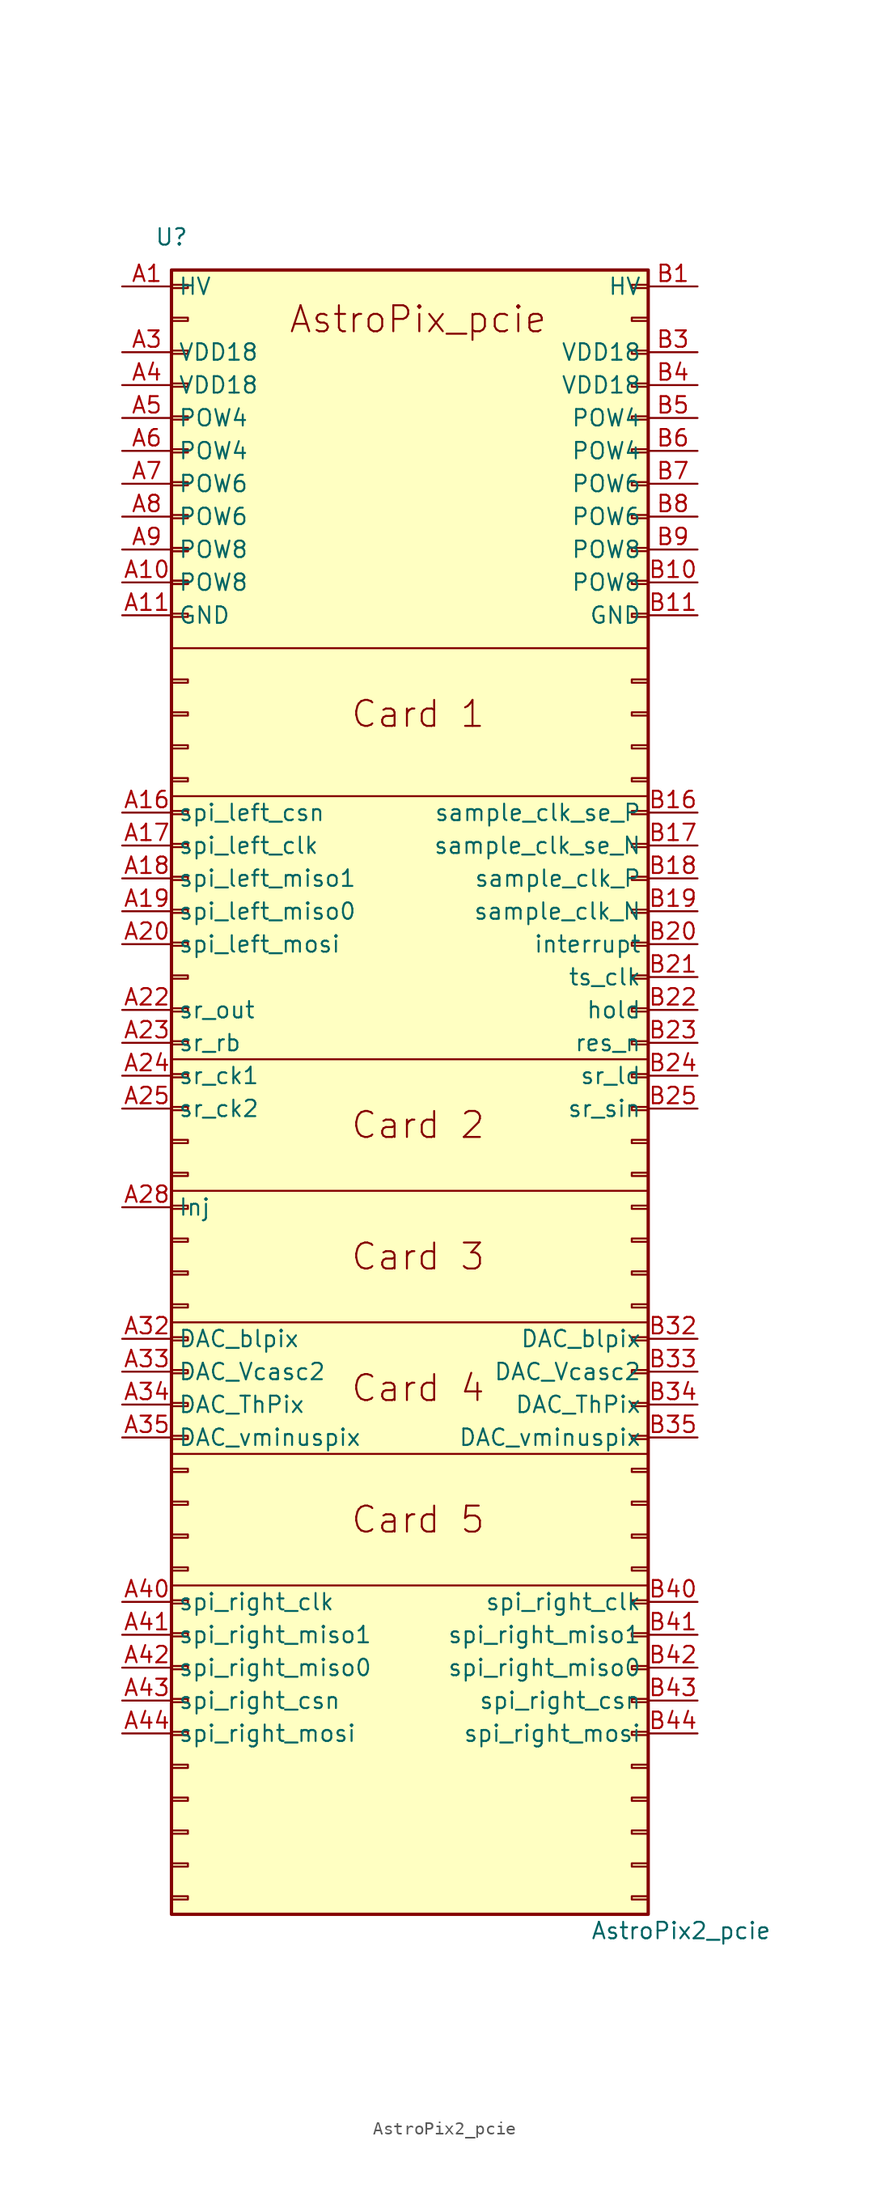
<source format=kicad_sym>
(kicad_symbol_lib
  (version 20211014)
  (generator kicad_symbol_editor)
  (symbol "AstroPix2_pcie"
    (property "Reference" "U"
      (at -19.05 72.39 0)
      (effects (font (size 1.27 1.27))))
    (property "Value" "AstroPix2_pcie"
      (at 20.32 -58.42 0)
      (effects (font (size 1.27 1.27))))
    (symbol "AstroPix2_pcie_0_0"
      (text "Card 1" (at 0 35.56 0) (effects (font (size 2.007 2.007)))))
    (symbol "AstroPix2_pcie_0_1"
      (polyline (pts (xy -19.05 -31.75) (xy 17.78 -31.75)) (stroke (width 0) (type default) (color 0 0 0 0)) (fill (type none)))
      (polyline (pts (xy -19.05 -21.59) (xy 17.78 -21.59)) (stroke (width 0) (type default) (color 0 0 0 0)) (fill (type none)))
      (polyline (pts (xy -19.05 -11.43) (xy 17.78 -11.43)) (stroke (width 0) (type default) (color 0 0 0 0)) (fill (type none)))
      (polyline (pts (xy -19.05 -1.27) (xy 17.78 -1.27)) (stroke (width 0) (type default) (color 0 0 0 0)) (fill (type none)))
      (polyline (pts (xy -19.05 8.89) (xy 17.78 8.89)) (stroke (width 0) (type default) (color 0 0 0 0)) (fill (type none)))
      (polyline (pts (xy -19.05 29.21) (xy 17.78 29.21)) (stroke (width 0) (type default) (color 0 0 0 0)) (fill (type none)))
      (polyline (pts (xy -19.05 40.64) (xy 17.78 40.64)) (stroke (width 0) (type default) (color 0 0 0 0)) (fill (type none))))
    (symbol "AstroPix2_pcie_1_1"
      (rectangle (start -19.05 -55.753) (end -17.78 -56.007) (stroke (width 0.152) (type default) (color 0 0 0 0)) (fill (type none)))
      (rectangle (start -19.05 -53.213) (end -17.78 -53.467) (stroke (width 0.152) (type default) (color 0 0 0 0)) (fill (type none)))
      (rectangle (start -19.05 -50.673) (end -17.78 -50.927) (stroke (width 0.152) (type default) (color 0 0 0 0)) (fill (type none)))
      (rectangle (start -19.05 -48.133) (end -17.78 -48.387) (stroke (width 0.152) (type default) (color 0 0 0 0)) (fill (type none)))
      (rectangle (start -19.05 -45.593) (end -17.78 -45.847) (stroke (width 0.152) (type default) (color 0 0 0 0)) (fill (type none)))
      (rectangle (start -19.05 -43.053) (end -17.78 -43.307) (stroke (width 0.152) (type default) (color 0 0 0 0)) (fill (type none)))
      (rectangle (start -19.05 -40.513) (end -17.78 -40.767) (stroke (width 0.152) (type default) (color 0 0 0 0)) (fill (type none)))
      (rectangle (start -19.05 -37.973) (end -17.78 -38.227) (stroke (width 0.152) (type default) (color 0 0 0 0)) (fill (type none)))
      (rectangle (start -19.05 -35.433) (end -17.78 -35.687) (stroke (width 0.152) (type default) (color 0 0 0 0)) (fill (type none)))
      (rectangle (start -19.05 -32.893) (end -17.78 -33.147) (stroke (width 0.152) (type default) (color 0 0 0 0)) (fill (type none)))
      (rectangle (start -19.05 -30.353) (end -17.78 -30.607) (stroke (width 0.152) (type default) (color 0 0 0 0)) (fill (type none)))
      (rectangle (start -19.05 -27.813) (end -17.78 -28.067) (stroke (width 0.152) (type default) (color 0 0 0 0)) (fill (type none)))
      (rectangle (start -19.05 -25.273) (end -17.78 -25.527) (stroke (width 0.152) (type default) (color 0 0 0 0)) (fill (type none)))
      (rectangle (start -19.05 -22.733) (end -17.78 -22.987) (stroke (width 0.152) (type default) (color 0 0 0 0)) (fill (type none)))
      (rectangle (start -19.05 -20.193) (end -17.78 -20.447) (stroke (width 0.152) (type default) (color 0 0 0 0)) (fill (type none)))
      (rectangle (start -19.05 -17.653) (end -17.78 -17.907) (stroke (width 0.152) (type default) (color 0 0 0 0)) (fill (type none)))
      (rectangle (start -19.05 -15.113) (end -17.78 -15.367) (stroke (width 0.152) (type default) (color 0 0 0 0)) (fill (type none)))
      (rectangle (start -19.05 -12.573) (end -17.78 -12.827) (stroke (width 0.152) (type default) (color 0 0 0 0)) (fill (type none)))
      (rectangle (start -19.05 -10.033) (end -17.78 -10.287) (stroke (width 0.152) (type default) (color 0 0 0 0)) (fill (type none)))
      (rectangle (start -19.05 -7.493) (end -17.78 -7.747) (stroke (width 0.152) (type default) (color 0 0 0 0)) (fill (type none)))
      (rectangle (start -19.05 -4.953) (end -17.78 -5.207) (stroke (width 0.152) (type default) (color 0 0 0 0)) (fill (type none)))
      (rectangle (start -19.05 -2.413) (end -17.78 -2.667) (stroke (width 0.152) (type default) (color 0 0 0 0)) (fill (type none)))
      (rectangle (start -19.05 0.127) (end -17.78 -0.127) (stroke (width 0.152) (type default) (color 0 0 0 0)) (fill (type none)))
      (rectangle (start -19.05 2.667) (end -17.78 2.413) (stroke (width 0.152) (type default) (color 0 0 0 0)) (fill (type none)))
      (rectangle (start -19.05 5.207) (end -17.78 4.953) (stroke (width 0.152) (type default) (color 0 0 0 0)) (fill (type none)))
      (rectangle (start -19.05 7.747) (end -17.78 7.493) (stroke (width 0.152) (type default) (color 0 0 0 0)) (fill (type none)))
      (rectangle (start -19.05 10.287) (end -17.78 10.033) (stroke (width 0.152) (type default) (color 0 0 0 0)) (fill (type none)))
      (rectangle (start -19.05 12.827) (end -17.78 12.573) (stroke (width 0.152) (type default) (color 0 0 0 0)) (fill (type none)))
      (rectangle (start -19.05 15.367) (end -17.78 15.113) (stroke (width 0.152) (type default) (color 0 0 0 0)) (fill (type none)))
      (rectangle (start -19.05 17.907) (end -17.78 17.653) (stroke (width 0.152) (type default) (color 0 0 0 0)) (fill (type none)))
      (rectangle (start -19.05 20.447) (end -17.78 20.193) (stroke (width 0.152) (type default) (color 0 0 0 0)) (fill (type none)))
      (rectangle (start -19.05 22.987) (end -17.78 22.733) (stroke (width 0.152) (type default) (color 0 0 0 0)) (fill (type none)))
      (rectangle (start -19.05 25.527) (end -17.78 25.273) (stroke (width 0.152) (type default) (color 0 0 0 0)) (fill (type none)))
      (rectangle (start -19.05 28.067) (end -17.78 27.813) (stroke (width 0.152) (type default) (color 0 0 0 0)) (fill (type none)))
      (rectangle (start -19.05 30.607) (end -17.78 30.353) (stroke (width 0.152) (type default) (color 0 0 0 0)) (fill (type none)))
      (rectangle (start -19.05 33.147) (end -17.78 32.893) (stroke (width 0.152) (type default) (color 0 0 0 0)) (fill (type none)))
      (rectangle (start -19.05 35.687) (end -17.78 35.433) (stroke (width 0.152) (type default) (color 0 0 0 0)) (fill (type none)))
      (rectangle (start -19.05 38.227) (end -17.78 37.973) (stroke (width 0.152) (type default) (color 0 0 0 0)) (fill (type none)))
      (rectangle (start -19.05 43.307) (end -17.78 43.053) (stroke (width 0.152) (type default) (color 0 0 0 0)) (fill (type none)))
      (rectangle (start -19.05 45.847) (end -17.78 45.593) (stroke (width 0.152) (type default) (color 0 0 0 0)) (fill (type none)))
      (rectangle (start -19.05 45.847) (end -17.78 45.593) (stroke (width 0.152) (type default) (color 0 0 0 0)) (fill (type none)))
      (rectangle (start -19.05 48.387) (end -17.78 48.133) (stroke (width 0.152) (type default) (color 0 0 0 0)) (fill (type none)))
      (rectangle (start -19.05 48.387) (end -17.78 48.133) (stroke (width 0.152) (type default) (color 0 0 0 0)) (fill (type none)))
      (rectangle (start -19.05 50.927) (end -17.78 50.673) (stroke (width 0.152) (type default) (color 0 0 0 0)) (fill (type none)))
      (rectangle (start -19.05 53.467) (end -17.78 53.213) (stroke (width 0.152) (type default) (color 0 0 0 0)) (fill (type none)))
      (rectangle (start -19.05 56.007) (end -17.78 55.753) (stroke (width 0.152) (type default) (color 0 0 0 0)) (fill (type none)))
      (rectangle (start -19.05 58.547) (end -17.78 58.293) (stroke (width 0.152) (type default) (color 0 0 0 0)) (fill (type none)))
      (rectangle (start -19.05 61.087) (end -17.78 60.833) (stroke (width 0.152) (type default) (color 0 0 0 0)) (fill (type none)))
      (rectangle (start -19.05 63.627) (end -17.78 63.373) (stroke (width 0.152) (type default) (color 0 0 0 0)) (fill (type none)))
      (rectangle (start -19.05 66.167) (end -17.78 65.913) (stroke (width 0.152) (type default) (color 0 0 0 0)) (fill (type none)))
      (rectangle (start -19.05 68.707) (end -17.78 68.453) (stroke (width 0.152) (type default) (color 0 0 0 0)) (fill (type none)))
      (rectangle (start -19.05 69.85) (end 17.78 -57.15) (stroke (width 0.254) (type default) (color 0 0 0 0)) (fill (type background)))
      (rectangle (start 17.78 -55.753) (end 16.51 -56.007) (stroke (width 0.152) (type default) (color 0 0 0 0)) (fill (type none)))
      (rectangle (start 17.78 -53.213) (end 16.51 -53.467) (stroke (width 0.152) (type default) (color 0 0 0 0)) (fill (type none)))
      (rectangle (start 17.78 -50.673) (end 16.51 -50.927) (stroke (width 0.152) (type default) (color 0 0 0 0)) (fill (type none)))
      (rectangle (start 17.78 -48.133) (end 16.51 -48.387) (stroke (width 0.152) (type default) (color 0 0 0 0)) (fill (type none)))
      (rectangle (start 17.78 -45.593) (end 16.51 -45.847) (stroke (width 0.152) (type default) (color 0 0 0 0)) (fill (type none)))
      (rectangle (start 17.78 -43.053) (end 16.51 -43.307) (stroke (width 0.152) (type default) (color 0 0 0 0)) (fill (type none)))
      (rectangle (start 17.78 -40.513) (end 16.51 -40.767) (stroke (width 0.152) (type default) (color 0 0 0 0)) (fill (type none)))
      (rectangle (start 17.78 -37.973) (end 16.51 -38.227) (stroke (width 0.152) (type default) (color 0 0 0 0)) (fill (type none)))
      (rectangle (start 17.78 -35.433) (end 16.51 -35.687) (stroke (width 0.152) (type default) (color 0 0 0 0)) (fill (type none)))
      (rectangle (start 17.78 -32.893) (end 16.51 -33.147) (stroke (width 0.152) (type default) (color 0 0 0 0)) (fill (type none)))
      (rectangle (start 17.78 -30.353) (end 16.51 -30.607) (stroke (width 0.152) (type default) (color 0 0 0 0)) (fill (type none)))
      (rectangle (start 17.78 -27.813) (end 16.51 -28.067) (stroke (width 0.152) (type default) (color 0 0 0 0)) (fill (type none)))
      (rectangle (start 17.78 -25.273) (end 16.51 -25.527) (stroke (width 0.152) (type default) (color 0 0 0 0)) (fill (type none)))
      (rectangle (start 17.78 -22.733) (end 16.51 -22.987) (stroke (width 0.152) (type default) (color 0 0 0 0)) (fill (type none)))
      (rectangle (start 17.78 -20.193) (end 16.51 -20.447) (stroke (width 0.152) (type default) (color 0 0 0 0)) (fill (type none)))
      (rectangle (start 17.78 -17.653) (end 16.51 -17.907) (stroke (width 0.152) (type default) (color 0 0 0 0)) (fill (type none)))
      (rectangle (start 17.78 -15.113) (end 16.51 -15.367) (stroke (width 0.152) (type default) (color 0 0 0 0)) (fill (type none)))
      (rectangle (start 17.78 -12.573) (end 16.51 -12.827) (stroke (width 0.152) (type default) (color 0 0 0 0)) (fill (type none)))
      (rectangle (start 17.78 -10.033) (end 16.51 -10.287) (stroke (width 0.152) (type default) (color 0 0 0 0)) (fill (type none)))
      (rectangle (start 17.78 -7.493) (end 16.51 -7.747) (stroke (width 0.152) (type default) (color 0 0 0 0)) (fill (type none)))
      (rectangle (start 17.78 -4.953) (end 16.51 -5.207) (stroke (width 0.152) (type default) (color 0 0 0 0)) (fill (type none)))
      (rectangle (start 17.78 -2.413) (end 16.51 -2.667) (stroke (width 0.152) (type default) (color 0 0 0 0)) (fill (type none)))
      (rectangle (start 17.78 0.127) (end 16.51 -0.127) (stroke (width 0.152) (type default) (color 0 0 0 0)) (fill (type none)))
      (rectangle (start 17.78 2.667) (end 16.51 2.413) (stroke (width 0.152) (type default) (color 0 0 0 0)) (fill (type none)))
      (rectangle (start 17.78 5.207) (end 16.51 4.953) (stroke (width 0.152) (type default) (color 0 0 0 0)) (fill (type none)))
      (rectangle (start 17.78 7.747) (end 16.51 7.493) (stroke (width 0.152) (type default) (color 0 0 0 0)) (fill (type none)))
      (rectangle (start 17.78 10.287) (end 16.51 10.033) (stroke (width 0.152) (type default) (color 0 0 0 0)) (fill (type none)))
      (rectangle (start 17.78 12.827) (end 16.51 12.573) (stroke (width 0.152) (type default) (color 0 0 0 0)) (fill (type none)))
      (rectangle (start 17.78 15.367) (end 16.51 15.113) (stroke (width 0.152) (type default) (color 0 0 0 0)) (fill (type none)))
      (rectangle (start 17.78 17.907) (end 16.51 17.653) (stroke (width 0.152) (type default) (color 0 0 0 0)) (fill (type none)))
      (rectangle (start 17.78 20.447) (end 16.51 20.193) (stroke (width 0.152) (type default) (color 0 0 0 0)) (fill (type none)))
      (rectangle (start 17.78 22.987) (end 16.51 22.733) (stroke (width 0.152) (type default) (color 0 0 0 0)) (fill (type none)))
      (rectangle (start 17.78 25.527) (end 16.51 25.273) (stroke (width 0.152) (type default) (color 0 0 0 0)) (fill (type none)))
      (rectangle (start 17.78 28.067) (end 16.51 27.813) (stroke (width 0.152) (type default) (color 0 0 0 0)) (fill (type none)))
      (rectangle (start 17.78 30.607) (end 16.51 30.353) (stroke (width 0.152) (type default) (color 0 0 0 0)) (fill (type none)))
      (rectangle (start 17.78 33.147) (end 16.51 32.893) (stroke (width 0.152) (type default) (color 0 0 0 0)) (fill (type none)))
      (rectangle (start 17.78 35.687) (end 16.51 35.433) (stroke (width 0.152) (type default) (color 0 0 0 0)) (fill (type none)))
      (rectangle (start 17.78 38.227) (end 16.51 37.973) (stroke (width 0.152) (type default) (color 0 0 0 0)) (fill (type none)))
      (rectangle (start 17.78 43.307) (end 16.51 43.053) (stroke (width 0.152) (type default) (color 0 0 0 0)) (fill (type none)))
      (rectangle (start 17.78 45.847) (end 16.51 45.593) (stroke (width 0.152) (type default) (color 0 0 0 0)) (fill (type none)))
      (rectangle (start 17.78 48.387) (end 16.51 48.133) (stroke (width 0.152) (type default) (color 0 0 0 0)) (fill (type none)))
      (rectangle (start 17.78 50.927) (end 16.51 50.673) (stroke (width 0.152) (type default) (color 0 0 0 0)) (fill (type none)))
      (rectangle (start 17.78 53.467) (end 16.51 53.213) (stroke (width 0.152) (type default) (color 0 0 0 0)) (fill (type none)))
      (rectangle (start 17.78 56.007) (end 16.51 55.753) (stroke (width 0.152) (type default) (color 0 0 0 0)) (fill (type none)))
      (rectangle (start 17.78 58.547) (end 16.51 58.293) (stroke (width 0.152) (type default) (color 0 0 0 0)) (fill (type none)))
      (rectangle (start 17.78 61.087) (end 16.51 60.833) (stroke (width 0.152) (type default) (color 0 0 0 0)) (fill (type none)))
      (rectangle (start 17.78 63.627) (end 16.51 63.373) (stroke (width 0.152) (type default) (color 0 0 0 0)) (fill (type none)))
      (rectangle (start 17.78 66.167) (end 16.51 65.913) (stroke (width 0.152) (type default) (color 0 0 0 0)) (fill (type none)))
      (rectangle (start 17.78 68.707) (end 16.51 68.453) (stroke (width 0.152) (type default) (color 0 0 0 0)) (fill (type none)))
      (text "AstroPix_pcie" (at 0 66.04 0) (effects (font (size 2.007 2.007))))
      (text "Card 2" (at 0 3.81 0) (effects (font (size 2.007 2.007))))
      (text "Card 3" (at 0 -6.35 0) (effects (font (size 2.007 2.007))))
      (text "Card 4" (at 0 -16.51 0) (effects (font (size 2.007 2.007))))
      (text "Card 5" (at 0 -26.67 0) (effects (font (size 2.007 2.007))))
      (pin passive line (at -22.86 68.58 0) (length 3.81) (name "HV" (effects (font (size 1.27 1.27)))) (number "A1" (effects (font (size 1.27 1.27)))))
      (pin passive line (at -22.86 45.72 0) (length 3.81) (name "POW8" (effects (font (size 1.27 1.27)))) (number "A10" (effects (font (size 1.27 1.27)))))
      (pin passive line (at -22.86 43.18 0) (length 3.81) (name "GND" (effects (font (size 1.27 1.27)))) (number "A11" (effects (font (size 1.27 1.27)))))
      (pin passive line (at -22.86 27.94 0) (length 3.81) (name "spi_left_csn" (effects (font (size 1.27 1.27)))) (number "A16" (effects (font (size 1.27 1.27)))))
      (pin passive line (at -22.86 25.4 0) (length 3.81) (name "spi_left_clk" (effects (font (size 1.27 1.27)))) (number "A17" (effects (font (size 1.27 1.27)))))
      (pin passive line (at -22.86 22.86 0) (length 3.81) (name "spi_left_miso1" (effects (font (size 1.27 1.27)))) (number "A18" (effects (font (size 1.27 1.27)))))
      (pin passive line (at -22.86 20.32 0) (length 3.81) (name "spi_left_miso0" (effects (font (size 1.27 1.27)))) (number "A19" (effects (font (size 1.27 1.27)))))
      (pin passive line (at -22.86 17.78 0) (length 3.81) (name "spi_left_mosi" (effects (font (size 1.27 1.27)))) (number "A20" (effects (font (size 1.27 1.27)))))
      (pin passive line (at -22.86 12.7 0) (length 3.81) (name "sr_out" (effects (font (size 1.27 1.27)))) (number "A22" (effects (font (size 1.27 1.27)))))
      (pin passive line (at -22.86 10.16 0) (length 3.81) (name "sr_rb" (effects (font (size 1.27 1.27)))) (number "A23" (effects (font (size 1.27 1.27)))))
      (pin passive line (at -22.86 7.62 0) (length 3.81) (name "sr_ck1" (effects (font (size 1.27 1.27)))) (number "A24" (effects (font (size 1.27 1.27)))))
      (pin passive line (at -22.86 5.08 0) (length 3.81) (name "sr_ck2" (effects (font (size 1.27 1.27)))) (number "A25" (effects (font (size 1.27 1.27)))))
      (pin passive line (at -22.86 -2.54 0) (length 3.81) (name "Inj" (effects (font (size 1.27 1.27)))) (number "A28" (effects (font (size 1.27 1.27)))))
      (pin passive line (at -22.86 63.5 0) (length 3.81) (name "VDD18" (effects (font (size 1.27 1.27)))) (number "A3" (effects (font (size 1.27 1.27)))))
      (pin passive line (at -22.86 -12.7 0) (length 3.81) (name "DAC_blpix" (effects (font (size 1.27 1.27)))) (number "A32" (effects (font (size 1.27 1.27)))))
      (pin passive line (at -22.86 -15.24 0) (length 3.81) (name "DAC_Vcasc2" (effects (font (size 1.27 1.27)))) (number "A33" (effects (font (size 1.27 1.27)))))
      (pin passive line (at -22.86 -17.78 0) (length 3.81) (name "DAC_ThPix" (effects (font (size 1.27 1.27)))) (number "A34" (effects (font (size 1.27 1.27)))))
      (pin passive line (at -22.86 -20.32 0) (length 3.81) (name "DAC_vminuspix" (effects (font (size 1.27 1.27)))) (number "A35" (effects (font (size 1.27 1.27)))))
      (pin passive line (at -22.86 60.96 0) (length 3.81) (name "VDD18" (effects (font (size 1.27 1.27)))) (number "A4" (effects (font (size 1.27 1.27)))))
      (pin passive line (at -22.86 -33.02 0) (length 3.81) (name "spi_right_clk" (effects (font (size 1.27 1.27)))) (number "A40" (effects (font (size 1.27 1.27)))))
      (pin passive line (at -22.86 -35.56 0) (length 3.81) (name "spi_right_miso1" (effects (font (size 1.27 1.27)))) (number "A41" (effects (font (size 1.27 1.27)))))
      (pin passive line (at -22.86 -38.1 0) (length 3.81) (name "spi_right_miso0" (effects (font (size 1.27 1.27)))) (number "A42" (effects (font (size 1.27 1.27)))))
      (pin passive line (at -22.86 -40.64 0) (length 3.81) (name "spi_right_csn" (effects (font (size 1.27 1.27)))) (number "A43" (effects (font (size 1.27 1.27)))))
      (pin passive line (at -22.86 -43.18 0) (length 3.81) (name "spi_right_mosi" (effects (font (size 1.27 1.27)))) (number "A44" (effects (font (size 1.27 1.27)))))
      (pin passive line (at -22.86 58.42 0) (length 3.81) (name "POW4" (effects (font (size 1.27 1.27)))) (number "A5" (effects (font (size 1.27 1.27)))))
      (pin passive line (at -22.86 55.88 0) (length 3.81) (name "POW4" (effects (font (size 1.27 1.27)))) (number "A6" (effects (font (size 1.27 1.27)))))
      (pin passive line (at -22.86 53.34 0) (length 3.81) (name "POW6" (effects (font (size 1.27 1.27)))) (number "A7" (effects (font (size 1.27 1.27)))))
      (pin passive line (at -22.86 50.8 0) (length 3.81) (name "POW6" (effects (font (size 1.27 1.27)))) (number "A8" (effects (font (size 1.27 1.27)))))
      (pin passive line (at -22.86 48.26 0) (length 3.81) (name "POW8" (effects (font (size 1.27 1.27)))) (number "A9" (effects (font (size 1.27 1.27)))))
      (pin passive line (at 21.59 68.58 180) (length 3.81) (name "HV" (effects (font (size 1.27 1.27)))) (number "B1" (effects (font (size 1.27 1.27)))))
      (pin passive line (at 21.59 45.72 180) (length 3.81) (name "POW8" (effects (font (size 1.27 1.27)))) (number "B10" (effects (font (size 1.27 1.27)))))
      (pin passive line (at 21.59 43.18 180) (length 3.81) (name "GND" (effects (font (size 1.27 1.27)))) (number "B11" (effects (font (size 1.27 1.27)))))
      (pin passive line (at 21.59 27.94 180) (length 3.81) (name "sample_clk_se_P" (effects (font (size 1.27 1.27)))) (number "B16" (effects (font (size 1.27 1.27)))))
      (pin passive line (at 21.59 25.4 180) (length 3.81) (name "sample_clk_se_N" (effects (font (size 1.27 1.27)))) (number "B17" (effects (font (size 1.27 1.27)))))
      (pin passive line (at 21.59 22.86 180) (length 3.81) (name "sample_clk_P" (effects (font (size 1.27 1.27)))) (number "B18" (effects (font (size 1.27 1.27)))))
      (pin passive line (at 21.59 20.32 180) (length 3.81) (name "sample_clk_N" (effects (font (size 1.27 1.27)))) (number "B19" (effects (font (size 1.27 1.27)))))
      (pin passive line (at 21.59 17.78 180) (length 3.81) (name "interrupt" (effects (font (size 1.27 1.27)))) (number "B20" (effects (font (size 1.27 1.27)))))
      (pin passive line (at 21.59 15.24 180) (length 3.81) (name "ts_clk" (effects (font (size 1.27 1.27)))) (number "B21" (effects (font (size 1.27 1.27)))))
      (pin passive line (at 21.59 12.7 180) (length 3.81) (name "hold" (effects (font (size 1.27 1.27)))) (number "B22" (effects (font (size 1.27 1.27)))))
      (pin passive line (at 21.59 10.16 180) (length 3.81) (name "res_n" (effects (font (size 1.27 1.27)))) (number "B23" (effects (font (size 1.27 1.27)))))
      (pin passive line (at 21.59 7.62 180) (length 3.81) (name "sr_ld" (effects (font (size 1.27 1.27)))) (number "B24" (effects (font (size 1.27 1.27)))))
      (pin passive line (at 21.59 5.08 180) (length 3.81) (name "sr_sin" (effects (font (size 1.27 1.27)))) (number "B25" (effects (font (size 1.27 1.27)))))
      (pin passive line (at 21.59 63.5 180) (length 3.81) (name "VDD18" (effects (font (size 1.27 1.27)))) (number "B3" (effects (font (size 1.27 1.27)))))
      (pin passive line (at 21.59 -12.7 180) (length 3.81) (name "DAC_blpix" (effects (font (size 1.27 1.27)))) (number "B32" (effects (font (size 1.27 1.27)))))
      (pin passive line (at 21.59 -15.24 180) (length 3.81) (name "DAC_Vcasc2" (effects (font (size 1.27 1.27)))) (number "B33" (effects (font (size 1.27 1.27)))))
      (pin passive line (at 21.59 -17.78 180) (length 3.81) (name "DAC_ThPix" (effects (font (size 1.27 1.27)))) (number "B34" (effects (font (size 1.27 1.27)))))
      (pin passive line (at 21.59 -20.32 180) (length 3.81) (name "DAC_vminuspix" (effects (font (size 1.27 1.27)))) (number "B35" (effects (font (size 1.27 1.27)))))
      (pin passive line (at 21.59 60.96 180) (length 3.81) (name "VDD18" (effects (font (size 1.27 1.27)))) (number "B4" (effects (font (size 1.27 1.27)))))
      (pin passive line (at 21.59 -33.02 180) (length 3.81) (name "spi_right_clk" (effects (font (size 1.27 1.27)))) (number "B40" (effects (font (size 1.27 1.27)))))
      (pin passive line (at 21.59 -35.56 180) (length 3.81) (name "spi_right_miso1" (effects (font (size 1.27 1.27)))) (number "B41" (effects (font (size 1.27 1.27)))))
      (pin passive line (at 21.59 -38.1 180) (length 3.81) (name "spi_right_miso0" (effects (font (size 1.27 1.27)))) (number "B42" (effects (font (size 1.27 1.27)))))
      (pin passive line (at 21.59 -40.64 180) (length 3.81) (name "spi_right_csn" (effects (font (size 1.27 1.27)))) (number "B43" (effects (font (size 1.27 1.27)))))
      (pin passive line (at 21.59 -43.18 180) (length 3.81) (name "spi_right_mosi" (effects (font (size 1.27 1.27)))) (number "B44" (effects (font (size 1.27 1.27)))))
      (pin passive line (at 21.59 58.42 180) (length 3.81) (name "POW4" (effects (font (size 1.27 1.27)))) (number "B5" (effects (font (size 1.27 1.27)))))
      (pin passive line (at 21.59 55.88 180) (length 3.81) (name "POW4" (effects (font (size 1.27 1.27)))) (number "B6" (effects (font (size 1.27 1.27)))))
      (pin passive line (at 21.59 53.34 180) (length 3.81) (name "POW6" (effects (font (size 1.27 1.27)))) (number "B7" (effects (font (size 1.27 1.27)))))
      (pin passive line (at 21.59 50.8 180) (length 3.81) (name "POW6" (effects (font (size 1.27 1.27)))) (number "B8" (effects (font (size 1.27 1.27)))))
      (pin passive line (at 21.59 48.26 180) (length 3.81) (name "POW8" (effects (font (size 1.27 1.27)))) (number "B9" (effects (font (size 1.27 1.27))))))))
</source>
